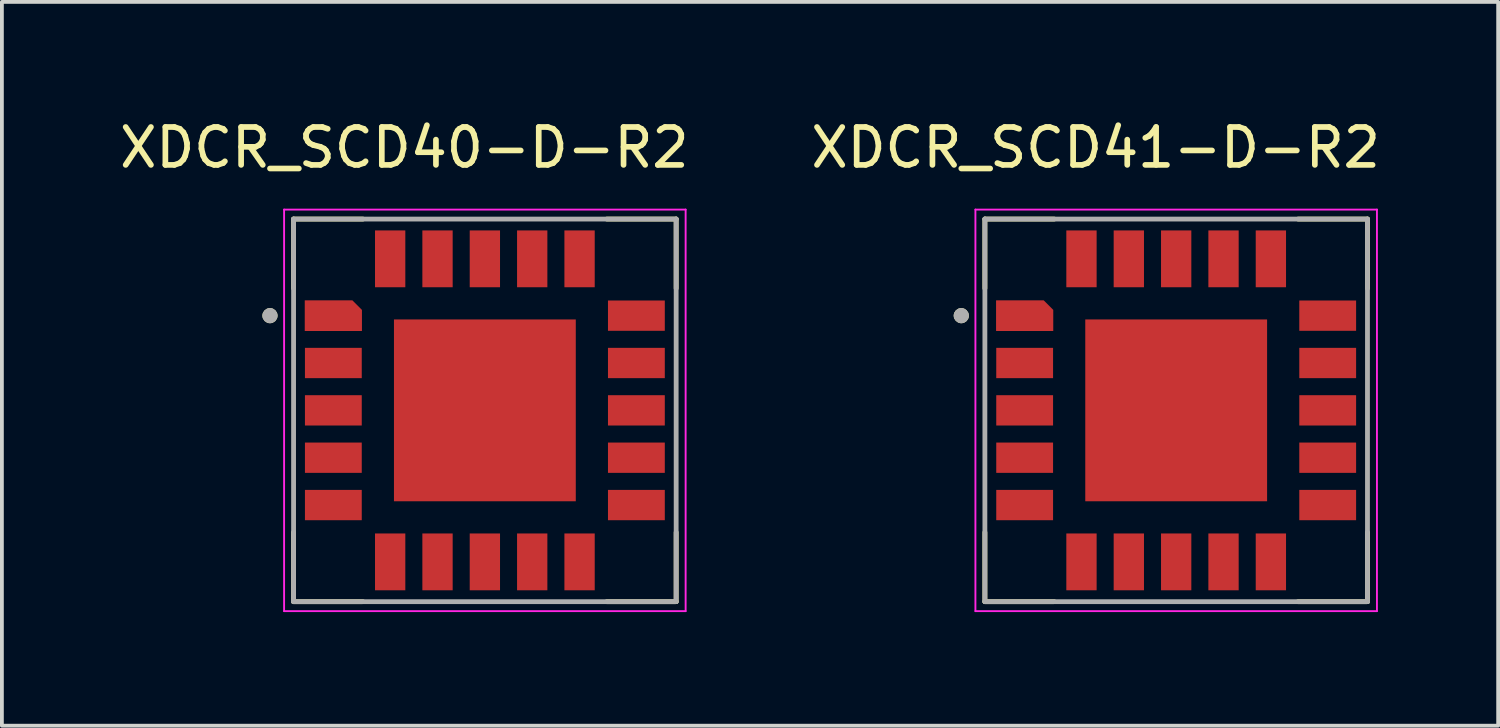
<source format=kicad_pcb>
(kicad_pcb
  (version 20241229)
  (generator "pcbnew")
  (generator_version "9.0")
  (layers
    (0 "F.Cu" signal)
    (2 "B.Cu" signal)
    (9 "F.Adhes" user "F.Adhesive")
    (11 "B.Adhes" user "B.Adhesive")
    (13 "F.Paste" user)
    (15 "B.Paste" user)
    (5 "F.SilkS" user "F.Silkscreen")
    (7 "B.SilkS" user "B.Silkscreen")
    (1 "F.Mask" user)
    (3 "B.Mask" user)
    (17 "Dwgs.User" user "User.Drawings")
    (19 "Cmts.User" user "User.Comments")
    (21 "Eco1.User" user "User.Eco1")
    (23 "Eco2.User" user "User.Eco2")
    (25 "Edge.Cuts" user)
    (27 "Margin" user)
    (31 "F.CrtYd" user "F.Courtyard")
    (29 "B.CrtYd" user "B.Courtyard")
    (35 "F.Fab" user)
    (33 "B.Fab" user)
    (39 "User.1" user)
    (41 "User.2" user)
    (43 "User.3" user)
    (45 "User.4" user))
  (footprint "XDCR_SCD40-D-R2"
    (layer "F.Cu")
    (at 9.75 7.783)
    (property "Reference" "XDCR_SCD40-D-R2" (at -2.125 -6.935 0) (layer "F.SilkS") (effects (font (size 1 1) (thickness 0.15))))
    (attr smd)
    (fp_poly (pts (xy -4.85 -1.75) (xy -3.15 -1.75) (xy -3.15 -0.75) (xy -4.85 -0.75)) (stroke (width 0.01) (type solid)) (fill yes) (layer "F.Mask"))
    (fp_poly (pts (xy -4.85 -0.5) (xy -3.15 -0.5) (xy -3.15 0.5) (xy -4.85 0.5)) (stroke (width 0.01) (type solid)) (fill yes) (layer "F.Mask"))
    (fp_poly (pts (xy -4.85 0.75) (xy -3.15 0.75) (xy -3.15 1.75) (xy -4.85 1.75)) (stroke (width 0.01) (type solid)) (fill yes) (layer "F.Mask"))
    (fp_poly (pts (xy -4.85 2) (xy -3.15 2) (xy -3.15 3) (xy -4.85 3)) (stroke (width 0.01) (type solid)) (fill yes) (layer "F.Mask"))
    (fp_poly (pts (xy -3 -4.85) (xy -2 -4.85) (xy -2 -3.15) (xy -3 -3.15)) (stroke (width 0.01) (type solid)) (fill yes) (layer "F.Mask"))
    (fp_poly (pts (xy -3 3.15) (xy -2 3.15) (xy -2 4.85) (xy -3 4.85)) (stroke (width 0.01) (type solid)) (fill yes) (layer "F.Mask"))
    (fp_poly (pts (xy -2.5 -2.5) (xy 2.5 -2.5) (xy 2.5 2.5) (xy -2.5 2.5)) (stroke (width 0.01) (type solid)) (fill yes) (layer "F.Mask"))
    (fp_poly (pts (xy -1.75 -4.85) (xy -0.75 -4.85) (xy -0.75 -3.15) (xy -1.75 -3.15)) (stroke (width 0.01) (type solid)) (fill yes) (layer "F.Mask"))
    (fp_poly (pts (xy -1.75 3.15) (xy -0.75 3.15) (xy -0.75 4.85) (xy -1.75 4.85)) (stroke (width 0.01) (type solid)) (fill yes) (layer "F.Mask"))
    (fp_poly (pts (xy -0.5 -4.85) (xy 0.5 -4.85) (xy 0.5 -3.15) (xy -0.5 -3.15)) (stroke (width 0.01) (type solid)) (fill yes) (layer "F.Mask"))
    (fp_poly (pts (xy -0.5 3.15) (xy 0.5 3.15) (xy 0.5 4.85) (xy -0.5 4.85)) (stroke (width 0.01) (type solid)) (fill yes) (layer "F.Mask"))
    (fp_poly (pts (xy 0.75 -4.85) (xy 1.75 -4.85) (xy 1.75 -3.15) (xy 0.75 -3.15)) (stroke (width 0.01) (type solid)) (fill yes) (layer "F.Mask"))
    (fp_poly (pts (xy 0.75 3.15) (xy 1.75 3.15) (xy 1.75 4.85) (xy 0.75 4.85)) (stroke (width 0.01) (type solid)) (fill yes) (layer "F.Mask"))
    (fp_poly (pts (xy 2 -4.85) (xy 3 -4.85) (xy 3 -3.15) (xy 2 -3.15)) (stroke (width 0.01) (type solid)) (fill yes) (layer "F.Mask"))
    (fp_poly (pts (xy 2 3.15) (xy 3 3.15) (xy 3 4.85) (xy 2 4.85)) (stroke (width 0.01) (type solid)) (fill yes) (layer "F.Mask"))
    (fp_poly (pts (xy 3.15 -3) (xy 4.85 -3) (xy 4.85 -2) (xy 3.15 -2)) (stroke (width 0.01) (type solid)) (fill yes) (layer "F.Mask"))
    (fp_poly (pts (xy 3.15 -1.75) (xy 4.85 -1.75) (xy 4.85 -0.75) (xy 3.15 -0.75)) (stroke (width 0.01) (type solid)) (fill yes) (layer "F.Mask"))
    (fp_poly (pts (xy 3.15 -0.5) (xy 4.85 -0.5) (xy 4.85 0.5) (xy 3.15 0.5)) (stroke (width 0.01) (type solid)) (fill yes) (layer "F.Mask"))
    (fp_poly (pts (xy 3.15 0.75) (xy 4.85 0.75) (xy 4.85 1.75) (xy 3.15 1.75)) (stroke (width 0.01) (type solid)) (fill yes) (layer "F.Mask"))
    (fp_poly (pts (xy 3.15 2) (xy 4.85 2) (xy 4.85 3) (xy 3.15 3)) (stroke (width 0.01) (type solid)) (fill yes) (layer "F.Mask"))
    (fp_poly (pts (xy -4.85 -3) (xy -4.85 -2) (xy -3.15 -2) (xy -3.15 -2.72) (xy -3.43 -3)) (stroke (width 0.01) (type solid)) (fill yes) (layer "F.Mask"))
    (fp_line (start -5.05 -5.05) (end -5.05 -3.22) (stroke (width 0.127) (type solid)) (layer "F.SilkS"))
    (fp_line (start -5.05 -5.05) (end -3.22 -5.05) (stroke (width 0.127) (type solid)) (layer "F.SilkS"))
    (fp_line (start -5.05 5.05) (end -5.05 3.22) (stroke (width 0.127) (type solid)) (layer "F.SilkS"))
    (fp_line (start -3.22 5.05) (end -5.05 5.05) (stroke (width 0.127) (type solid)) (layer "F.SilkS"))
    (fp_line (start 3.22 -5.05) (end 5.05 -5.05) (stroke (width 0.127) (type solid)) (layer "F.SilkS"))
    (fp_line (start 5.05 -5.05) (end 5.05 -3.22) (stroke (width 0.127) (type solid)) (layer "F.SilkS"))
    (fp_line (start 5.05 5.05) (end 3.22 5.05) (stroke (width 0.127) (type solid)) (layer "F.SilkS"))
    (fp_line (start 5.05 5.05) (end 5.05 3.22) (stroke (width 0.127) (type solid)) (layer "F.SilkS"))
    (fp_circle (center -5.673 -2.5) (end -5.573 -2.5) (stroke (width 0.2) (type solid)) (fill no) (layer "F.SilkS"))
    (fp_poly (pts (xy -4.625 -1.525) (xy -3.375 -1.525) (xy -3.375 -0.975) (xy -4.625 -0.975)) (stroke (width 0.01) (type solid)) (fill yes) (layer "F.Paste"))
    (fp_poly (pts (xy -4.625 -0.275) (xy -3.375 -0.275) (xy -3.375 0.275) (xy -4.625 0.275)) (stroke (width 0.01) (type solid)) (fill yes) (layer "F.Paste"))
    (fp_poly (pts (xy -4.625 0.975) (xy -3.375 0.975) (xy -3.375 1.525) (xy -4.625 1.525)) (stroke (width 0.01) (type solid)) (fill yes) (layer "F.Paste"))
    (fp_poly (pts (xy -4.625 2.225) (xy -3.375 2.225) (xy -3.375 2.775) (xy -4.625 2.775)) (stroke (width 0.01) (type solid)) (fill yes) (layer "F.Paste"))
    (fp_poly (pts (xy -2.775 -4.625) (xy -2.225 -4.625) (xy -2.225 -3.375) (xy -2.775 -3.375)) (stroke (width 0.01) (type solid)) (fill yes) (layer "F.Paste"))
    (fp_poly (pts (xy -2.775 3.375) (xy -2.225 3.375) (xy -2.225 4.625) (xy -2.775 4.625)) (stroke (width 0.01) (type solid)) (fill yes) (layer "F.Paste"))
    (fp_poly (pts (xy -2.15 -2.15) (xy -0.35 -2.15) (xy -0.35 -0.35) (xy -2.15 -0.35)) (stroke (width 0.01) (type solid)) (fill yes) (layer "F.Paste"))
    (fp_poly (pts (xy -2.15 0.35) (xy -0.35 0.35) (xy -0.35 2.15) (xy -2.15 2.15)) (stroke (width 0.01) (type solid)) (fill yes) (layer "F.Paste"))
    (fp_poly (pts (xy -1.525 -4.625) (xy -0.975 -4.625) (xy -0.975 -3.375) (xy -1.525 -3.375)) (stroke (width 0.01) (type solid)) (fill yes) (layer "F.Paste"))
    (fp_poly (pts (xy -1.525 3.375) (xy -0.975 3.375) (xy -0.975 4.625) (xy -1.525 4.625)) (stroke (width 0.01) (type solid)) (fill yes) (layer "F.Paste"))
    (fp_poly (pts (xy -0.275 -4.625) (xy 0.275 -4.625) (xy 0.275 -3.375) (xy -0.275 -3.375)) (stroke (width 0.01) (type solid)) (fill yes) (layer "F.Paste"))
    (fp_poly (pts (xy -0.275 3.375) (xy 0.275 3.375) (xy 0.275 4.625) (xy -0.275 4.625)) (stroke (width 0.01) (type solid)) (fill yes) (layer "F.Paste"))
    (fp_poly (pts (xy 0.35 -2.15) (xy 2.15 -2.15) (xy 2.15 -0.35) (xy 0.35 -0.35)) (stroke (width 0.01) (type solid)) (fill yes) (layer "F.Paste"))
    (fp_poly (pts (xy 0.35 0.35) (xy 2.15 0.35) (xy 2.15 2.15) (xy 0.35 2.15)) (stroke (width 0.01) (type solid)) (fill yes) (layer "F.Paste"))
    (fp_poly (pts (xy 0.975 -4.625) (xy 1.525 -4.625) (xy 1.525 -3.375) (xy 0.975 -3.375)) (stroke (width 0.01) (type solid)) (fill yes) (layer "F.Paste"))
    (fp_poly (pts (xy 0.975 3.375) (xy 1.525 3.375) (xy 1.525 4.625) (xy 0.975 4.625)) (stroke (width 0.01) (type solid)) (fill yes) (layer "F.Paste"))
    (fp_poly (pts (xy 2.225 -4.625) (xy 2.775 -4.625) (xy 2.775 -3.375) (xy 2.225 -3.375)) (stroke (width 0.01) (type solid)) (fill yes) (layer "F.Paste"))
    (fp_poly (pts (xy 2.225 3.375) (xy 2.775 3.375) (xy 2.775 4.625) (xy 2.225 4.625)) (stroke (width 0.01) (type solid)) (fill yes) (layer "F.Paste"))
    (fp_poly (pts (xy 3.375 -2.775) (xy 4.625 -2.775) (xy 4.625 -2.225) (xy 3.375 -2.225)) (stroke (width 0.01) (type solid)) (fill yes) (layer "F.Paste"))
    (fp_poly (pts (xy 3.375 -1.525) (xy 4.625 -1.525) (xy 4.625 -0.975) (xy 3.375 -0.975)) (stroke (width 0.01) (type solid)) (fill yes) (layer "F.Paste"))
    (fp_poly (pts (xy 3.375 -0.275) (xy 4.625 -0.275) (xy 4.625 0.275) (xy 3.375 0.275)) (stroke (width 0.01) (type solid)) (fill yes) (layer "F.Paste"))
    (fp_poly (pts (xy 3.375 0.975) (xy 4.625 0.975) (xy 4.625 1.525) (xy 3.375 1.525)) (stroke (width 0.01) (type solid)) (fill yes) (layer "F.Paste"))
    (fp_poly (pts (xy 3.375 2.225) (xy 4.625 2.225) (xy 4.625 2.775) (xy 3.375 2.775)) (stroke (width 0.01) (type solid)) (fill yes) (layer "F.Paste"))
    (fp_poly (pts (xy -3.375 -2.225) (xy -4.625 -2.225) (xy -4.625 -2.775) (xy -3.555 -2.775) (xy -3.375 -2.595)) (stroke (width 0.01) (type solid)) (fill yes) (layer "F.Paste"))
    (fp_line (start -5.3 -5.3) (end -5.3 5.3) (stroke (width 0.05) (type solid)) (layer "F.CrtYd"))
    (fp_line (start -5.3 5.3) (end 5.3 5.3) (stroke (width 0.05) (type solid)) (layer "F.CrtYd"))
    (fp_line (start 5.3 -5.3) (end -5.3 -5.3) (stroke (width 0.05) (type solid)) (layer "F.CrtYd"))
    (fp_line (start 5.3 5.3) (end 5.3 -5.3) (stroke (width 0.05) (type solid)) (layer "F.CrtYd"))
    (fp_line (start -5.05 -5.05) (end 5.05 -5.05) (stroke (width 0.127) (type solid)) (layer "F.Fab"))
    (fp_line (start -5.05 5.05) (end -5.05 -5.05) (stroke (width 0.127) (type solid)) (layer "F.Fab"))
    (fp_line (start 5.05 -5.05) (end 5.05 5.05) (stroke (width 0.127) (type solid)) (layer "F.Fab"))
    (fp_line (start 5.05 5.05) (end -5.05 5.05) (stroke (width 0.127) (type solid)) (layer "F.Fab"))
    (fp_circle (center -5.673 -2.5) (end -5.573 -2.5) (stroke (width 0.2) (type solid)) (fill no) (layer "F.Fab"))
    (pad "1" smd custom (at -4 -2.5) (size 0.5 0.5) (layers "F.Cu") (options (anchor rect)) (primitives (gr_poly (pts (xy 0.75 0.4) (xy -0.75 0.4) (xy -0.75 -0.4) (xy 0.5 -0.4) (xy 0.75 -0.15)) (width 0.01) (fill yes))))
    (pad "2" smd rect (at -4 -1.25) (size 1.5 0.8) (layers "F.Cu"))
    (pad "3" smd rect (at -4 0) (size 1.5 0.8) (layers "F.Cu"))
    (pad "4" smd rect (at -4 1.25) (size 1.5 0.8) (layers "F.Cu"))
    (pad "5" smd rect (at -4 2.5) (size 1.5 0.8) (layers "F.Cu"))
    (pad "6" smd rect (at -2.5 4) (size 0.8 1.5) (layers "F.Cu"))
    (pad "7" smd rect (at -1.25 4) (size 0.8 1.5) (layers "F.Cu"))
    (pad "8" smd rect (at 0 4) (size 0.8 1.5) (layers "F.Cu"))
    (pad "9" smd rect (at 1.25 4) (size 0.8 1.5) (layers "F.Cu"))
    (pad "10" smd rect (at 2.5 4) (size 0.8 1.5) (layers "F.Cu"))
    (pad "11" smd rect (at 4 2.5) (size 1.5 0.8) (layers "F.Cu"))
    (pad "12" smd rect (at 4 1.25) (size 1.5 0.8) (layers "F.Cu"))
    (pad "13" smd rect (at 4 0) (size 1.5 0.8) (layers "F.Cu"))
    (pad "14" smd rect (at 4 -1.25) (size 1.5 0.8) (layers "F.Cu"))
    (pad "15" smd rect (at 4 -2.5) (size 1.5 0.8) (layers "F.Cu"))
    (pad "16" smd rect (at 2.5 -4) (size 0.8 1.5) (layers "F.Cu"))
    (pad "17" smd rect (at 1.25 -4) (size 0.8 1.5) (layers "F.Cu"))
    (pad "18" smd rect (at 0 -4) (size 0.8 1.5) (layers "F.Cu"))
    (pad "19" smd rect (at -1.25 -4) (size 0.8 1.5) (layers "F.Cu"))
    (pad "20" smd rect (at -2.5 -4) (size 0.8 1.5) (layers "F.Cu"))
    (pad "21" smd rect (at 0 0) (size 4.8 4.8) (layers "F.Cu")))
  (footprint "XDCR_SCD41-D-R2"
    (layer "F.Cu")
    (at 28 7.783)
    (property "Reference" "XDCR_SCD41-D-R2" (at -2.125 -6.935 0) (layer "F.SilkS") (effects (font (size 1 1) (thickness 0.15))))
    (attr smd)
    (fp_poly (pts (xy -4.85 -1.75) (xy -3.15 -1.75) (xy -3.15 -0.75) (xy -4.85 -0.75)) (stroke (width 0.01) (type solid)) (fill yes) (layer "F.Mask"))
    (fp_poly (pts (xy -4.85 -0.5) (xy -3.15 -0.5) (xy -3.15 0.5) (xy -4.85 0.5)) (stroke (width 0.01) (type solid)) (fill yes) (layer "F.Mask"))
    (fp_poly (pts (xy -4.85 0.75) (xy -3.15 0.75) (xy -3.15 1.75) (xy -4.85 1.75)) (stroke (width 0.01) (type solid)) (fill yes) (layer "F.Mask"))
    (fp_poly (pts (xy -4.85 2) (xy -3.15 2) (xy -3.15 3) (xy -4.85 3)) (stroke (width 0.01) (type solid)) (fill yes) (layer "F.Mask"))
    (fp_poly (pts (xy -3 -4.85) (xy -2 -4.85) (xy -2 -3.15) (xy -3 -3.15)) (stroke (width 0.01) (type solid)) (fill yes) (layer "F.Mask"))
    (fp_poly (pts (xy -3 3.15) (xy -2 3.15) (xy -2 4.85) (xy -3 4.85)) (stroke (width 0.01) (type solid)) (fill yes) (layer "F.Mask"))
    (fp_poly (pts (xy -2.5 -2.5) (xy 2.5 -2.5) (xy 2.5 2.5) (xy -2.5 2.5)) (stroke (width 0.01) (type solid)) (fill yes) (layer "F.Mask"))
    (fp_poly (pts (xy -1.75 -4.85) (xy -0.75 -4.85) (xy -0.75 -3.15) (xy -1.75 -3.15)) (stroke (width 0.01) (type solid)) (fill yes) (layer "F.Mask"))
    (fp_poly (pts (xy -1.75 3.15) (xy -0.75 3.15) (xy -0.75 4.85) (xy -1.75 4.85)) (stroke (width 0.01) (type solid)) (fill yes) (layer "F.Mask"))
    (fp_poly (pts (xy -0.5 -4.85) (xy 0.5 -4.85) (xy 0.5 -3.15) (xy -0.5 -3.15)) (stroke (width 0.01) (type solid)) (fill yes) (layer "F.Mask"))
    (fp_poly (pts (xy -0.5 3.15) (xy 0.5 3.15) (xy 0.5 4.85) (xy -0.5 4.85)) (stroke (width 0.01) (type solid)) (fill yes) (layer "F.Mask"))
    (fp_poly (pts (xy 0.75 -4.85) (xy 1.75 -4.85) (xy 1.75 -3.15) (xy 0.75 -3.15)) (stroke (width 0.01) (type solid)) (fill yes) (layer "F.Mask"))
    (fp_poly (pts (xy 0.75 3.15) (xy 1.75 3.15) (xy 1.75 4.85) (xy 0.75 4.85)) (stroke (width 0.01) (type solid)) (fill yes) (layer "F.Mask"))
    (fp_poly (pts (xy 2 -4.85) (xy 3 -4.85) (xy 3 -3.15) (xy 2 -3.15)) (stroke (width 0.01) (type solid)) (fill yes) (layer "F.Mask"))
    (fp_poly (pts (xy 2 3.15) (xy 3 3.15) (xy 3 4.85) (xy 2 4.85)) (stroke (width 0.01) (type solid)) (fill yes) (layer "F.Mask"))
    (fp_poly (pts (xy 3.15 -3) (xy 4.85 -3) (xy 4.85 -2) (xy 3.15 -2)) (stroke (width 0.01) (type solid)) (fill yes) (layer "F.Mask"))
    (fp_poly (pts (xy 3.15 -1.75) (xy 4.85 -1.75) (xy 4.85 -0.75) (xy 3.15 -0.75)) (stroke (width 0.01) (type solid)) (fill yes) (layer "F.Mask"))
    (fp_poly (pts (xy 3.15 -0.5) (xy 4.85 -0.5) (xy 4.85 0.5) (xy 3.15 0.5)) (stroke (width 0.01) (type solid)) (fill yes) (layer "F.Mask"))
    (fp_poly (pts (xy 3.15 0.75) (xy 4.85 0.75) (xy 4.85 1.75) (xy 3.15 1.75)) (stroke (width 0.01) (type solid)) (fill yes) (layer "F.Mask"))
    (fp_poly (pts (xy 3.15 2) (xy 4.85 2) (xy 4.85 3) (xy 3.15 3)) (stroke (width 0.01) (type solid)) (fill yes) (layer "F.Mask"))
    (fp_poly (pts (xy -4.85 -3) (xy -4.85 -2) (xy -3.15 -2) (xy -3.15 -2.72) (xy -3.43 -3)) (stroke (width 0.01) (type solid)) (fill yes) (layer "F.Mask"))
    (fp_line (start -5.05 -5.05) (end -5.05 -3.22) (stroke (width 0.127) (type solid)) (layer "F.SilkS"))
    (fp_line (start -5.05 -5.05) (end -3.22 -5.05) (stroke (width 0.127) (type solid)) (layer "F.SilkS"))
    (fp_line (start -5.05 5.05) (end -5.05 3.22) (stroke (width 0.127) (type solid)) (layer "F.SilkS"))
    (fp_line (start -3.22 5.05) (end -5.05 5.05) (stroke (width 0.127) (type solid)) (layer "F.SilkS"))
    (fp_line (start 3.22 -5.05) (end 5.05 -5.05) (stroke (width 0.127) (type solid)) (layer "F.SilkS"))
    (fp_line (start 5.05 -5.05) (end 5.05 -3.22) (stroke (width 0.127) (type solid)) (layer "F.SilkS"))
    (fp_line (start 5.05 5.05) (end 3.22 5.05) (stroke (width 0.127) (type solid)) (layer "F.SilkS"))
    (fp_line (start 5.05 5.05) (end 5.05 3.22) (stroke (width 0.127) (type solid)) (layer "F.SilkS"))
    (fp_circle (center -5.673 -2.5) (end -5.573 -2.5) (stroke (width 0.2) (type solid)) (fill no) (layer "F.SilkS"))
    (fp_poly (pts (xy -4.625 -1.525) (xy -3.375 -1.525) (xy -3.375 -0.975) (xy -4.625 -0.975)) (stroke (width 0.01) (type solid)) (fill yes) (layer "F.Paste"))
    (fp_poly (pts (xy -4.625 -0.275) (xy -3.375 -0.275) (xy -3.375 0.275) (xy -4.625 0.275)) (stroke (width 0.01) (type solid)) (fill yes) (layer "F.Paste"))
    (fp_poly (pts (xy -4.625 0.975) (xy -3.375 0.975) (xy -3.375 1.525) (xy -4.625 1.525)) (stroke (width 0.01) (type solid)) (fill yes) (layer "F.Paste"))
    (fp_poly (pts (xy -4.625 2.225) (xy -3.375 2.225) (xy -3.375 2.775) (xy -4.625 2.775)) (stroke (width 0.01) (type solid)) (fill yes) (layer "F.Paste"))
    (fp_poly (pts (xy -2.775 -4.625) (xy -2.225 -4.625) (xy -2.225 -3.375) (xy -2.775 -3.375)) (stroke (width 0.01) (type solid)) (fill yes) (layer "F.Paste"))
    (fp_poly (pts (xy -2.775 3.375) (xy -2.225 3.375) (xy -2.225 4.625) (xy -2.775 4.625)) (stroke (width 0.01) (type solid)) (fill yes) (layer "F.Paste"))
    (fp_poly (pts (xy -2.15 -2.15) (xy -0.35 -2.15) (xy -0.35 -0.35) (xy -2.15 -0.35)) (stroke (width 0.01) (type solid)) (fill yes) (layer "F.Paste"))
    (fp_poly (pts (xy -2.15 0.35) (xy -0.35 0.35) (xy -0.35 2.15) (xy -2.15 2.15)) (stroke (width 0.01) (type solid)) (fill yes) (layer "F.Paste"))
    (fp_poly (pts (xy -1.525 -4.625) (xy -0.975 -4.625) (xy -0.975 -3.375) (xy -1.525 -3.375)) (stroke (width 0.01) (type solid)) (fill yes) (layer "F.Paste"))
    (fp_poly (pts (xy -1.525 3.375) (xy -0.975 3.375) (xy -0.975 4.625) (xy -1.525 4.625)) (stroke (width 0.01) (type solid)) (fill yes) (layer "F.Paste"))
    (fp_poly (pts (xy -0.275 -4.625) (xy 0.275 -4.625) (xy 0.275 -3.375) (xy -0.275 -3.375)) (stroke (width 0.01) (type solid)) (fill yes) (layer "F.Paste"))
    (fp_poly (pts (xy -0.275 3.375) (xy 0.275 3.375) (xy 0.275 4.625) (xy -0.275 4.625)) (stroke (width 0.01) (type solid)) (fill yes) (layer "F.Paste"))
    (fp_poly (pts (xy 0.35 -2.15) (xy 2.15 -2.15) (xy 2.15 -0.35) (xy 0.35 -0.35)) (stroke (width 0.01) (type solid)) (fill yes) (layer "F.Paste"))
    (fp_poly (pts (xy 0.35 0.35) (xy 2.15 0.35) (xy 2.15 2.15) (xy 0.35 2.15)) (stroke (width 0.01) (type solid)) (fill yes) (layer "F.Paste"))
    (fp_poly (pts (xy 0.975 -4.625) (xy 1.525 -4.625) (xy 1.525 -3.375) (xy 0.975 -3.375)) (stroke (width 0.01) (type solid)) (fill yes) (layer "F.Paste"))
    (fp_poly (pts (xy 0.975 3.375) (xy 1.525 3.375) (xy 1.525 4.625) (xy 0.975 4.625)) (stroke (width 0.01) (type solid)) (fill yes) (layer "F.Paste"))
    (fp_poly (pts (xy 2.225 -4.625) (xy 2.775 -4.625) (xy 2.775 -3.375) (xy 2.225 -3.375)) (stroke (width 0.01) (type solid)) (fill yes) (layer "F.Paste"))
    (fp_poly (pts (xy 2.225 3.375) (xy 2.775 3.375) (xy 2.775 4.625) (xy 2.225 4.625)) (stroke (width 0.01) (type solid)) (fill yes) (layer "F.Paste"))
    (fp_poly (pts (xy 3.375 -2.775) (xy 4.625 -2.775) (xy 4.625 -2.225) (xy 3.375 -2.225)) (stroke (width 0.01) (type solid)) (fill yes) (layer "F.Paste"))
    (fp_poly (pts (xy 3.375 -1.525) (xy 4.625 -1.525) (xy 4.625 -0.975) (xy 3.375 -0.975)) (stroke (width 0.01) (type solid)) (fill yes) (layer "F.Paste"))
    (fp_poly (pts (xy 3.375 -0.275) (xy 4.625 -0.275) (xy 4.625 0.275) (xy 3.375 0.275)) (stroke (width 0.01) (type solid)) (fill yes) (layer "F.Paste"))
    (fp_poly (pts (xy 3.375 0.975) (xy 4.625 0.975) (xy 4.625 1.525) (xy 3.375 1.525)) (stroke (width 0.01) (type solid)) (fill yes) (layer "F.Paste"))
    (fp_poly (pts (xy 3.375 2.225) (xy 4.625 2.225) (xy 4.625 2.775) (xy 3.375 2.775)) (stroke (width 0.01) (type solid)) (fill yes) (layer "F.Paste"))
    (fp_poly (pts (xy -3.375 -2.225) (xy -4.625 -2.225) (xy -4.625 -2.775) (xy -3.555 -2.775) (xy -3.375 -2.595)) (stroke (width 0.01) (type solid)) (fill yes) (layer "F.Paste"))
    (fp_line (start -5.3 -5.3) (end -5.3 5.3) (stroke (width 0.05) (type solid)) (layer "F.CrtYd"))
    (fp_line (start -5.3 5.3) (end 5.3 5.3) (stroke (width 0.05) (type solid)) (layer "F.CrtYd"))
    (fp_line (start 5.3 -5.3) (end -5.3 -5.3) (stroke (width 0.05) (type solid)) (layer "F.CrtYd"))
    (fp_line (start 5.3 5.3) (end 5.3 -5.3) (stroke (width 0.05) (type solid)) (layer "F.CrtYd"))
    (fp_line (start -5.05 -5.05) (end 5.05 -5.05) (stroke (width 0.127) (type solid)) (layer "F.Fab"))
    (fp_line (start -5.05 5.05) (end -5.05 -5.05) (stroke (width 0.127) (type solid)) (layer "F.Fab"))
    (fp_line (start 5.05 -5.05) (end 5.05 5.05) (stroke (width 0.127) (type solid)) (layer "F.Fab"))
    (fp_line (start 5.05 5.05) (end -5.05 5.05) (stroke (width 0.127) (type solid)) (layer "F.Fab"))
    (fp_circle (center -5.673 -2.5) (end -5.573 -2.5) (stroke (width 0.2) (type solid)) (fill no) (layer "F.Fab"))
    (pad "1" smd custom (at -4 -2.5) (size 0.5 0.5) (layers "F.Cu") (options (anchor rect)) (primitives (gr_poly (pts (xy 0.75 0.4) (xy -0.75 0.4) (xy -0.75 -0.4) (xy 0.5 -0.4) (xy 0.75 -0.15)) (width 0.01) (fill yes))))
    (pad "2" smd rect (at -4 -1.25) (size 1.5 0.8) (layers "F.Cu"))
    (pad "3" smd rect (at -4 0) (size 1.5 0.8) (layers "F.Cu"))
    (pad "4" smd rect (at -4 1.25) (size 1.5 0.8) (layers "F.Cu"))
    (pad "5" smd rect (at -4 2.5) (size 1.5 0.8) (layers "F.Cu"))
    (pad "6" smd rect (at -2.5 4) (size 0.8 1.5) (layers "F.Cu"))
    (pad "7" smd rect (at -1.25 4) (size 0.8 1.5) (layers "F.Cu"))
    (pad "8" smd rect (at 0 4) (size 0.8 1.5) (layers "F.Cu"))
    (pad "9" smd rect (at 1.25 4) (size 0.8 1.5) (layers "F.Cu"))
    (pad "10" smd rect (at 2.5 4) (size 0.8 1.5) (layers "F.Cu"))
    (pad "11" smd rect (at 4 2.5) (size 1.5 0.8) (layers "F.Cu"))
    (pad "12" smd rect (at 4 1.25) (size 1.5 0.8) (layers "F.Cu"))
    (pad "13" smd rect (at 4 0) (size 1.5 0.8) (layers "F.Cu"))
    (pad "14" smd rect (at 4 -1.25) (size 1.5 0.8) (layers "F.Cu"))
    (pad "15" smd rect (at 4 -2.5) (size 1.5 0.8) (layers "F.Cu"))
    (pad "16" smd rect (at 2.5 -4) (size 0.8 1.5) (layers "F.Cu"))
    (pad "17" smd rect (at 1.25 -4) (size 0.8 1.5) (layers "F.Cu"))
    (pad "18" smd rect (at 0 -4) (size 0.8 1.5) (layers "F.Cu"))
    (pad "19" smd rect (at -1.25 -4) (size 0.8 1.5) (layers "F.Cu"))
    (pad "20" smd rect (at -2.5 -4) (size 0.8 1.5) (layers "F.Cu"))
    (pad "21" smd rect (at 0 0) (size 4.8 4.8) (layers "F.Cu")))
  (gr_rect
    (start -3 -3)
    (end 36.5 16.108)
    (stroke (width 0.1) (type default))
    (fill no)
    (layer "Edge.Cuts")))
</source>
